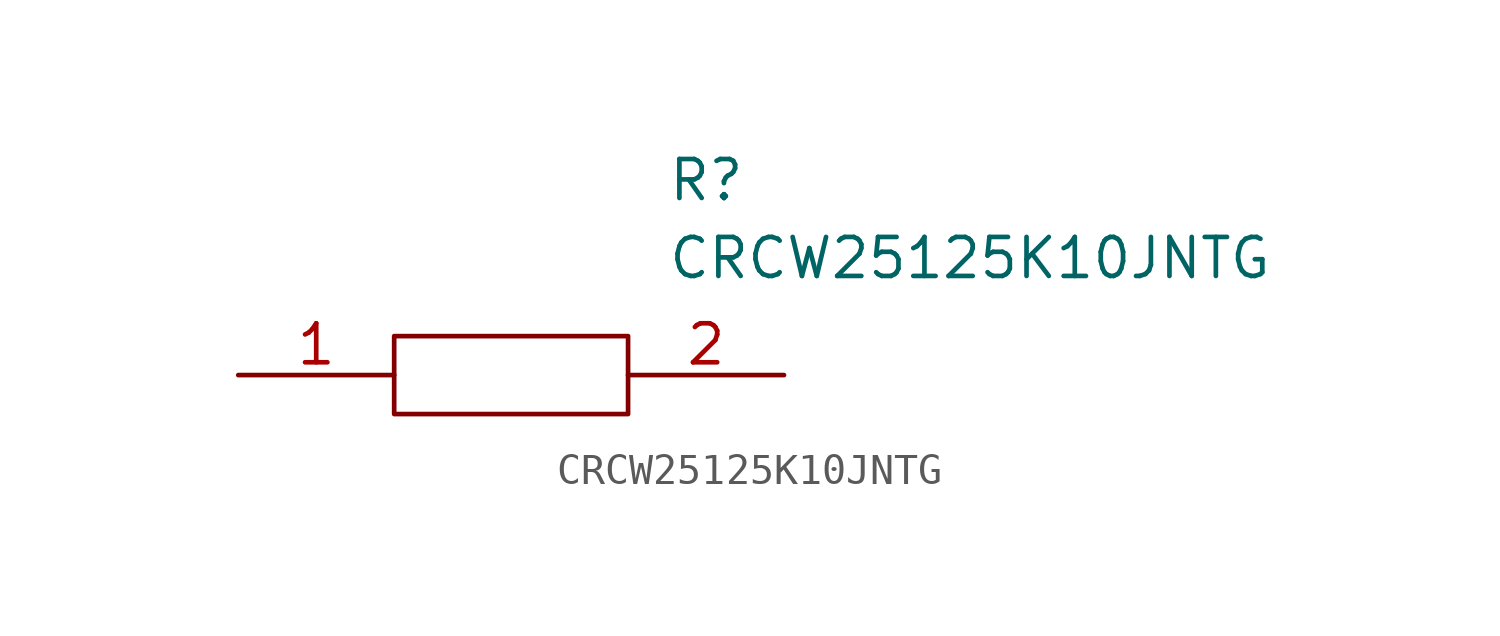
<source format=kicad_sym>
(kicad_symbol_lib
  (version 20211014)
  (generator kicad_symbol_editor)
  (symbol "CRCW25125K10JNTG"
    (pin_names
      (offset 0.762))
    (property "Reference" "R"
      (at 13.97 6.35 0)
      (effects (font (size 1.27 1.27)) (justify left)))
    (property "Value" "CRCW25125K10JNTG"
      (at 13.97 3.81 0)
      (effects (font (size 1.27 1.27)) (justify left)))
    (symbol "CRCW25125K10JNTG_0_0"
      (pin passive line (at 0 0 0) (length 5.08) (name "~" (effects (font (size 1.27 1.27)))) (number "1" (effects (font (size 1.27 1.27)))))
      (pin passive line (at 17.78 0 180) (length 5.08) (name "~" (effects (font (size 1.27 1.27)))) (number "2" (effects (font (size 1.27 1.27))))))
    (symbol "CRCW25125K10JNTG_0_1"
      (polyline (pts (xy 5.08 1.27) (xy 12.7 1.27) (xy 12.7 -1.27) (xy 5.08 -1.27) (xy 5.08 1.27)) (stroke (width 0.152) (type default) (color 0 0 0 0)) (fill (type none))))))
</source>
